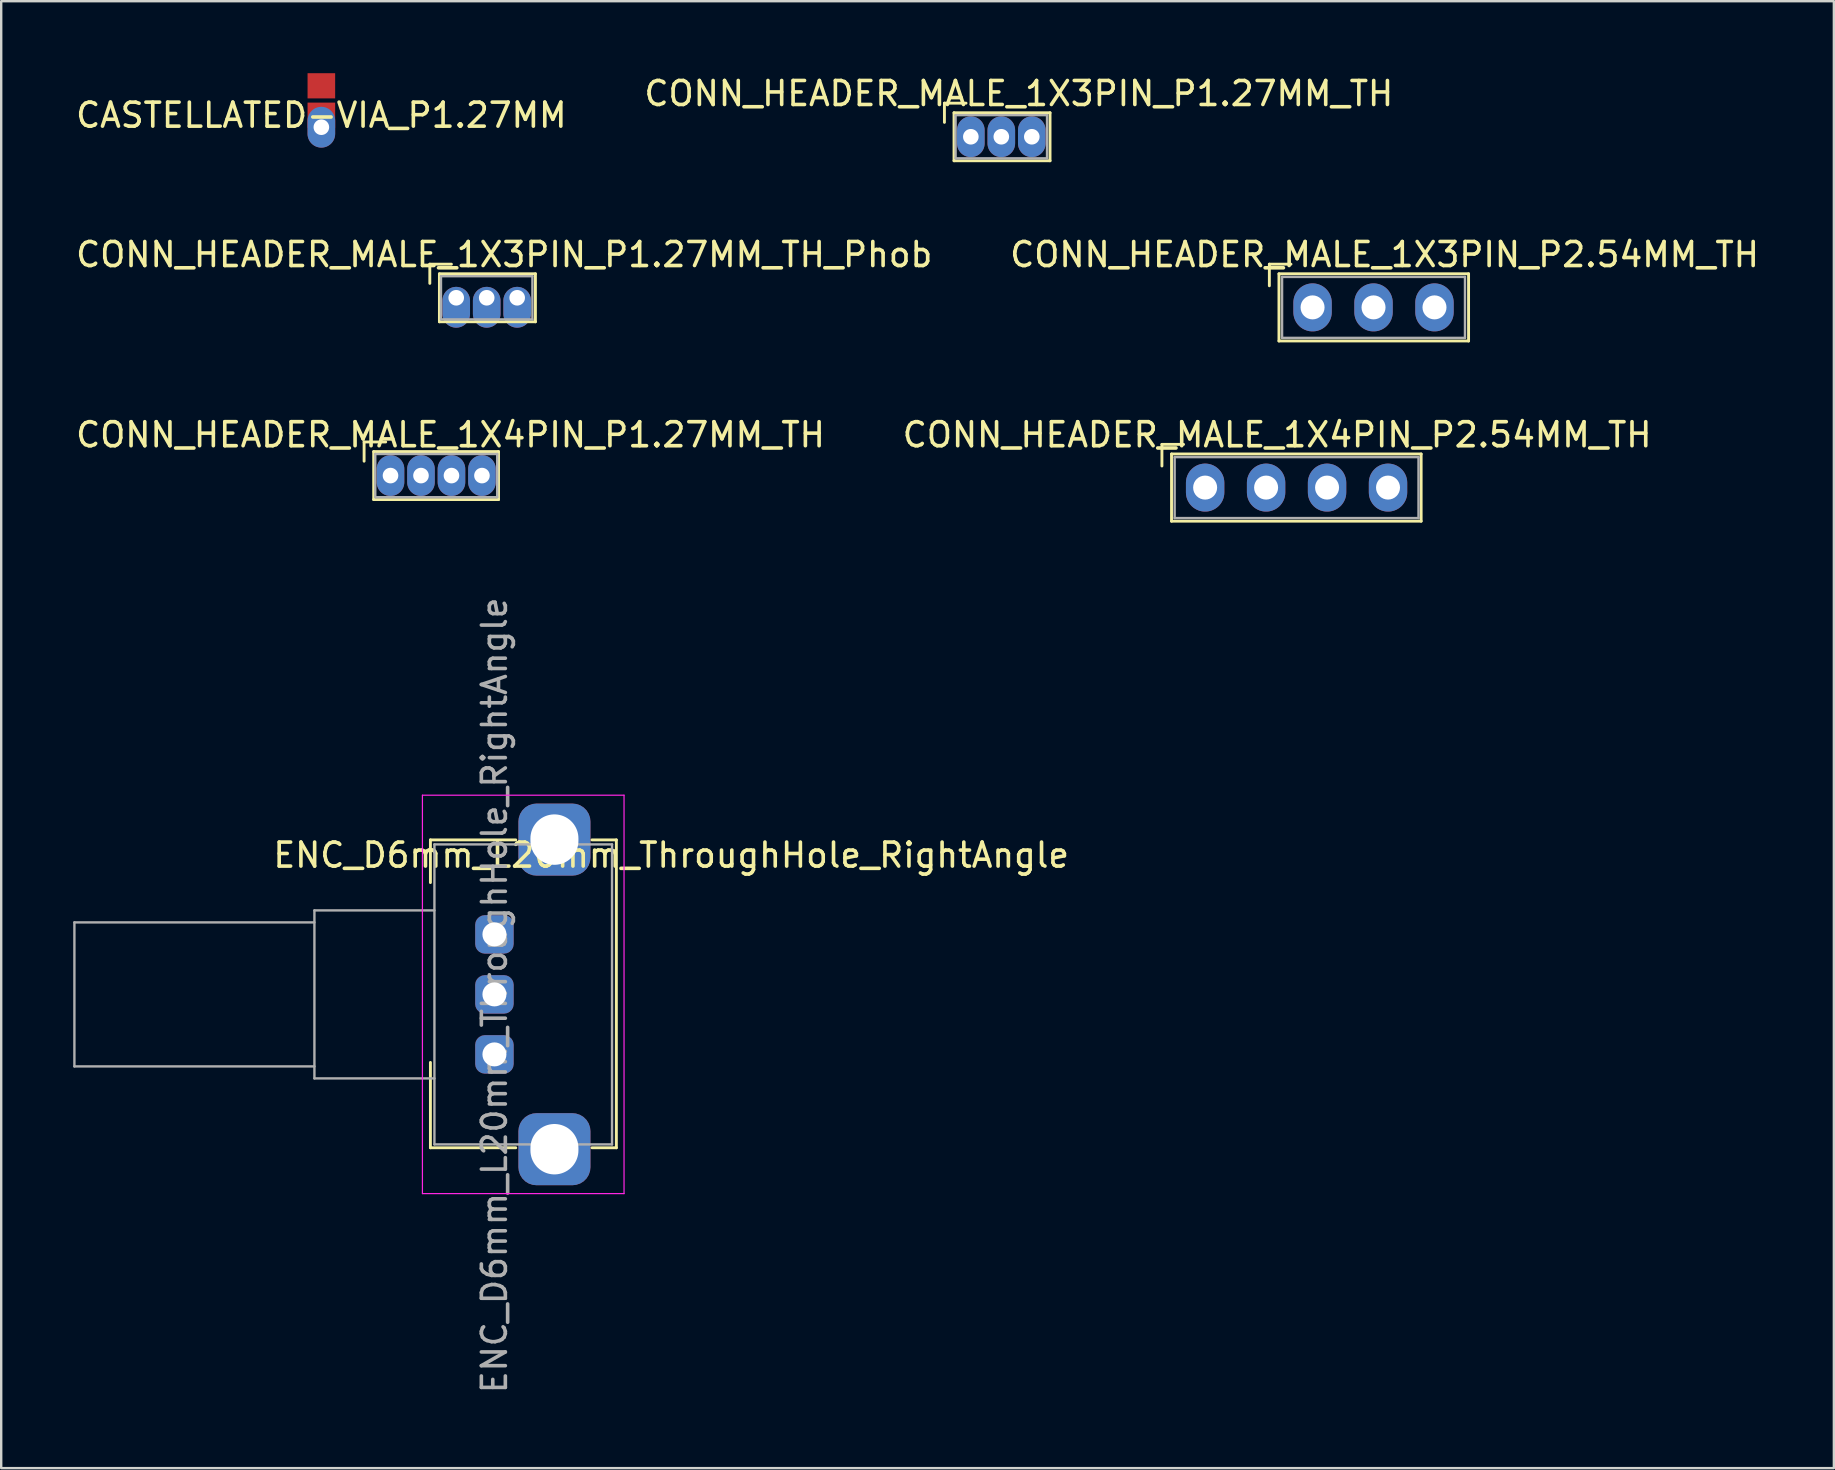
<source format=kicad_pcb>
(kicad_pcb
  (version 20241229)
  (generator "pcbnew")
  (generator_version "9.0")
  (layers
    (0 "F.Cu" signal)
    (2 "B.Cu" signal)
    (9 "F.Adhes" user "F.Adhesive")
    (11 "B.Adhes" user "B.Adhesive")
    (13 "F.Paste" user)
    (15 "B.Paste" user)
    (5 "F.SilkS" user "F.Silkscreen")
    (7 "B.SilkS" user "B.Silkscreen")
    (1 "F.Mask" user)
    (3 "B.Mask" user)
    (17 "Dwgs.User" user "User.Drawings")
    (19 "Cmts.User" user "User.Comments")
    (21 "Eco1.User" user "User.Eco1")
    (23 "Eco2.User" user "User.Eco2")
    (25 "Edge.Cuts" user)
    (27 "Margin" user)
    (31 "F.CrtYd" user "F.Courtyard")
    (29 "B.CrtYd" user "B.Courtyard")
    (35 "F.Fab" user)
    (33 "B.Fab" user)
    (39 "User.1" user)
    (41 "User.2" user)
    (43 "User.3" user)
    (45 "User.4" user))
  (footprint "CONN_HEADER_MALE_1X4PIN_P2.54MM_TH"
    (layer "F.Cu")
    (at 47.161 17.265)
    (property "Reference" "CONN_HEADER_MALE_1X4PIN_P2.54MM_TH" (at 3 -2.2 0) (unlocked yes) (layer "F.SilkS") (effects (font (size 1 1) (thickness 0.15))))
    (attr through_hole)
    (fp_line (start -1.8 -1.8) (end -0.9 -1.8) (stroke (width 0.12) (type solid)) (layer "F.SilkS"))
    (fp_line (start -1.8 -0.9) (end -1.8 -1.8) (stroke (width 0.12) (type solid)) (layer "F.SilkS"))
    (fp_line (start -1.4 -1.4) (end -1.4 1.4) (stroke (width 0.12) (type solid)) (layer "F.SilkS"))
    (fp_line (start -1.4 1.4) (end 9 1.4) (stroke (width 0.12) (type solid)) (layer "F.SilkS"))
    (fp_line (start 9 -1.4) (end -1.4 -1.4) (stroke (width 0.12) (type solid)) (layer "F.SilkS"))
    (fp_line (start 9 -1.4) (end 9 1.4) (stroke (width 0.12) (type solid)) (layer "F.SilkS"))
    (fp_line (start -1.27 -1.27) (end -1.27 1.27) (stroke (width 0.1) (type solid)) (layer "F.Fab"))
    (fp_line (start -1.27 -1.27) (end 8.89 -1.27) (stroke (width 0.1) (type solid)) (layer "F.Fab"))
    (fp_line (start -1.27 1.27) (end 8.89 1.27) (stroke (width 0.1) (type solid)) (layer "F.Fab"))
    (fp_line (start 8.89 -1.27) (end 8.89 1.27) (stroke (width 0.1) (type solid)) (layer "F.Fab"))
    (pad "1" thru_hole oval (at 0 0) (size 1.6 2) (drill 1) (layers "*.Cu" "*.Mask"))
    (pad "2" thru_hole oval (at 2.54 0) (size 1.6 2) (drill 1) (layers "*.Cu" "*.Mask"))
    (pad "3" thru_hole oval (at 5.08 0) (size 1.6 2) (drill 1) (layers "*.Cu" "*.Mask"))
    (pad "4" thru_hole oval (at 7.62 0) (size 1.6 2) (drill 1) (layers "*.Cu" "*.Mask")))
  (footprint "CONN_HEADER_MALE_1X3PIN_P2.54MM_TH"
    (layer "F.Cu")
    (at 51.637 9.757)
    (property "Reference" "CONN_HEADER_MALE_1X3PIN_P2.54MM_TH" (at 3 -2.2 0) (unlocked yes) (layer "F.SilkS") (effects (font (size 1 1) (thickness 0.15))))
    (attr through_hole)
    (fp_line (start -1.8 -1.8) (end -0.9 -1.8) (stroke (width 0.12) (type solid)) (layer "F.SilkS"))
    (fp_line (start -1.8 -0.9) (end -1.8 -1.8) (stroke (width 0.12) (type solid)) (layer "F.SilkS"))
    (fp_line (start -1.4 -1.4) (end -1.4 1.4) (stroke (width 0.12) (type solid)) (layer "F.SilkS"))
    (fp_line (start -1.4 1.4) (end 6.5 1.4) (stroke (width 0.12) (type solid)) (layer "F.SilkS"))
    (fp_line (start 6.5 -1.4) (end -1.4 -1.4) (stroke (width 0.12) (type solid)) (layer "F.SilkS"))
    (fp_line (start 6.5 1.4) (end 6.5 -1.4) (stroke (width 0.12) (type solid)) (layer "F.SilkS"))
    (fp_line (start -1.27 -1.27) (end -1.27 1.27) (stroke (width 0.1) (type solid)) (layer "F.Fab"))
    (fp_line (start -1.27 -1.27) (end 6.35 -1.27) (stroke (width 0.1) (type solid)) (layer "F.Fab"))
    (fp_line (start -1.27 1.27) (end 6.35 1.27) (stroke (width 0.1) (type solid)) (layer "F.Fab"))
    (fp_line (start 6.35 -1.27) (end 6.35 1.27) (stroke (width 0.1) (type solid)) (layer "F.Fab"))
    (pad "1" thru_hole oval (at 0 0) (size 1.6 2) (drill 1) (layers "*.Cu" "*.Mask"))
    (pad "2" thru_hole oval (at 2.54 0) (size 1.6 2) (drill 1) (layers "*.Cu" "*.Mask"))
    (pad "3" thru_hole oval (at 5.08 0) (size 1.6 2) (drill 1) (layers "*.Cu" "*.Mask")))
  (footprint "ENC_D6mm_L20mm_ThroughHole_RightAngle"
    (layer "F.Cu")
    (at 17.55 35.881)
    (property "Reference" "ENC_D6mm_L20mm_ThroughHole_RightAngle" (at 7.366 -3.302 0) (layer "F.SilkS") (effects (font (size 1 1) (thickness 0.15))))
    (attr through_hole)
    (fp_line (start -2.667 -3.937) (end -2.667 -2.159) (stroke (width 0.12) (type solid)) (layer "F.SilkS"))
    (fp_line (start -2.667 -3.937) (end 0.889 -3.937) (stroke (width 0.12) (type solid)) (layer "F.SilkS"))
    (fp_line (start -2.667 5.334) (end -2.667 8.89) (stroke (width 0.12) (type solid)) (layer "F.SilkS"))
    (fp_line (start -2.667 8.89) (end 0.889 8.89) (stroke (width 0.12) (type solid)) (layer "F.SilkS"))
    (fp_line (start 4.064 8.89) (end 5.08 8.89) (stroke (width 0.12) (type solid)) (layer "F.SilkS"))
    (fp_line (start 5.08 -3.937) (end 4.064 -3.937) (stroke (width 0.12) (type solid)) (layer "F.SilkS"))
    (fp_line (start 5.08 8.89) (end 5.08 -3.937) (stroke (width 0.12) (type solid)) (layer "F.SilkS"))
    (fp_line (start -3 -5.8) (end -3 10.8) (stroke (width 0.05) (type solid)) (layer "F.CrtYd"))
    (fp_line (start -3 -5.8) (end 5.4 -5.8) (stroke (width 0.05) (type solid)) (layer "F.CrtYd"))
    (fp_line (start -3 10.8) (end 5.4 10.8) (stroke (width 0.05) (type solid)) (layer "F.CrtYd"))
    (fp_line (start 5.4 -5.8) (end 5.4 10.8) (stroke (width 0.05) (type solid)) (layer "F.CrtYd"))
    (fp_line (start -17.5 -0.5) (end -17.5 5.5) (stroke (width 0.1) (type solid)) (layer "F.Fab"))
    (fp_line (start -7.5 -1) (end -7.5 6) (stroke (width 0.1) (type solid)) (layer "F.Fab"))
    (fp_line (start -7.5 -0.5) (end -17.5 -0.5) (stroke (width 0.1) (type solid)) (layer "F.Fab"))
    (fp_line (start -7.5 5.5) (end -17.5 5.5) (stroke (width 0.1) (type solid)) (layer "F.Fab"))
    (fp_line (start -2.5 -3.75) (end -2.5 8.75) (stroke (width 0.1) (type solid)) (layer "F.Fab"))
    (fp_line (start -2.5 -3.75) (end 4.9 -3.75) (stroke (width 0.1) (type solid)) (layer "F.Fab"))
    (fp_line (start -2.5 -1) (end -7.5 -1) (stroke (width 0.1) (type solid)) (layer "F.Fab"))
    (fp_line (start -2.5 6) (end -7.5 6) (stroke (width 0.1) (type solid)) (layer "F.Fab"))
    (fp_line (start -2.5 8.75) (end 4.9 8.75) (stroke (width 0.1) (type solid)) (layer "F.Fab"))
    (fp_line (start 4.9 -3.75) (end 4.9 8.75) (stroke (width 0.1) (type solid)) (layer "F.Fab"))
    (fp_text user "${REFERENCE}" (at 0 2.54 90) (layer "F.Fab") (effects (font (size 1 1) (thickness 0.15))))
    (pad "" thru_hole roundrect (at 2.5 8.95 180) (size 3 3) (drill oval 2 2.1) (layers "*.Cu" "*.Mask") (roundrect_rratio 0.25))
    (pad "1" thru_hole roundrect (at 0 0) (size 1.6 1.6) (drill 1) (layers "*.Cu" "*.Mask") (roundrect_rratio 0.25))
    (pad "2" thru_hole roundrect (at 0 2.5) (size 1.6 1.6) (drill 1) (layers "*.Cu" "*.Mask") (roundrect_rratio 0.25))
    (pad "3" thru_hole roundrect (at 0 5) (size 1.6 1.6) (drill 1) (layers "*.Cu" "*.Mask") (roundrect_rratio 0.25))
    (pad "S" thru_hole roundrect (at 2.5 -3.95) (size 3 3) (drill oval 2 2.1) (layers "*.Cu" "*.Mask") (roundrect_rratio 0.25)))
  (footprint "CONN_HEADER_MALE_1X3PIN_P1.27MM_TH_Phob"
    (layer "F.Cu")
    (at 15.958 9.357)
    (property "Reference" "CONN_HEADER_MALE_1X3PIN_P1.27MM_TH_Phob" (at 2 -1.8 0) (unlocked yes) (layer "F.SilkS") (effects (font (size 1 1) (thickness 0.15))))
    (attr through_hole)
    (fp_line (start -1.1 -1.4) (end -1.1 -0.6) (stroke (width 0.12) (type solid)) (layer "F.SilkS"))
    (fp_line (start -0.7 -1) (end 3.3 -1) (stroke (width 0.12) (type solid)) (layer "F.SilkS"))
    (fp_line (start -0.7 1) (end -0.7 -1) (stroke (width 0.12) (type solid)) (layer "F.SilkS"))
    (fp_line (start -0.2 -1.4) (end -1.1 -1.4) (stroke (width 0.12) (type solid)) (layer "F.SilkS"))
    (fp_line (start 3.3 -1) (end 3.3 1) (stroke (width 0.12) (type solid)) (layer "F.SilkS"))
    (fp_line (start 3.3 1) (end -0.7 1) (stroke (width 0.12) (type solid)) (layer "F.SilkS"))
    (fp_line (start -0.635 -0.9) (end -0.635 0.9) (stroke (width 0.1) (type solid)) (layer "F.Fab"))
    (fp_line (start -0.635 -0.9) (end 3.175 -0.9) (stroke (width 0.1) (type solid)) (layer "F.Fab"))
    (fp_line (start -0.635 0.9) (end 3.175 0.9) (stroke (width 0.1) (type solid)) (layer "F.Fab"))
    (fp_line (start 3.175 -0.9) (end 3.175 0.9) (stroke (width 0.1) (type solid)) (layer "F.Fab"))
    (pad "1" thru_hole oval (at 0 0) (size 1.15 1.7) (drill 0.65 (offset 0 0.395)) (layers "*.Cu" "*.Mask"))
    (pad "2" thru_hole oval (at 1.27 0) (size 1.15 1.7) (drill 0.65 (offset 0 0.395)) (layers "*.Cu" "*.Mask"))
    (pad "3" thru_hole oval (at 2.54 0) (size 1.15 1.7) (drill 0.65 (offset 0 0.395)) (layers "*.Cu" "*.Mask")))
  (footprint "CASTELLATED-VIA_P1.27MM"
    (layer "F.Cu")
    (at 10.339 2.25)
    (property "Reference" "CASTELLATED-VIA_P1.27MM" (at 0 -0.5 0) (unlocked yes) (layer "F.SilkS") (effects (font (size 1 1) (thickness 0.15))))
    (attr through_hole)
    (pad "1" smd rect (at 0 -1.725 90) (size 1.05 1.15) (layers "F.Cu" "F.Mask"))
    (pad "1" smd rect (at 0 -0.5 90) (size 1.05 1.15) (layers "F.Cu" "F.Mask"))
    (pad "1" thru_hole oval (at 0 0) (size 1.15 1.7) (drill 0.65) (layers "*.Cu" "*.Mask")))
  (footprint "CONN_HEADER_MALE_1X3PIN_P1.27MM_TH"
    (layer "F.Cu")
    (at 37.399 2.648)
    (property "Reference" "CONN_HEADER_MALE_1X3PIN_P1.27MM_TH" (at 2 -1.8 0) (unlocked yes) (layer "F.SilkS") (effects (font (size 1 1) (thickness 0.15))))
    (attr through_hole)
    (fp_line (start -1.1 -1.4) (end -1.1 -0.6) (stroke (width 0.12) (type solid)) (layer "F.SilkS"))
    (fp_line (start -0.7 -1) (end 3.3 -1) (stroke (width 0.12) (type solid)) (layer "F.SilkS"))
    (fp_line (start -0.7 1) (end -0.7 -1) (stroke (width 0.12) (type solid)) (layer "F.SilkS"))
    (fp_line (start -0.2 -1.4) (end -1.1 -1.4) (stroke (width 0.12) (type solid)) (layer "F.SilkS"))
    (fp_line (start 3.3 -1) (end 3.3 1) (stroke (width 0.12) (type solid)) (layer "F.SilkS"))
    (fp_line (start 3.3 1) (end -0.7 1) (stroke (width 0.12) (type solid)) (layer "F.SilkS"))
    (fp_line (start -0.635 -0.9) (end -0.635 0.9) (stroke (width 0.1) (type solid)) (layer "F.Fab"))
    (fp_line (start -0.635 -0.9) (end 3.175 -0.9) (stroke (width 0.1) (type solid)) (layer "F.Fab"))
    (fp_line (start -0.635 0.9) (end 3.175 0.9) (stroke (width 0.1) (type solid)) (layer "F.Fab"))
    (fp_line (start 3.175 -0.9) (end 3.175 0.9) (stroke (width 0.1) (type solid)) (layer "F.Fab"))
    (pad "1" thru_hole oval (at 0 0) (size 1.15 1.7) (drill 0.65) (layers "*.Cu" "*.Mask"))
    (pad "2" thru_hole oval (at 1.27 0) (size 1.15 1.7) (drill 0.65) (layers "*.Cu" "*.Mask"))
    (pad "3" thru_hole oval (at 2.54 0) (size 1.15 1.7) (drill 0.65) (layers "*.Cu" "*.Mask")))
  (footprint "CONN_HEADER_MALE_1X4PIN_P1.27MM_TH"
    (layer "F.Cu")
    (at 13.22 16.765)
    (property "Reference" "CONN_HEADER_MALE_1X4PIN_P1.27MM_TH" (at 2.5 -1.7 0) (unlocked yes) (layer "F.SilkS") (effects (font (size 1 1) (thickness 0.15))))
    (attr through_hole)
    (fp_line (start -1.1 -1.4) (end -1.1 -0.6) (stroke (width 0.12) (type solid)) (layer "F.SilkS"))
    (fp_line (start -0.7 -1) (end 4.5 -1) (stroke (width 0.12) (type solid)) (layer "F.SilkS"))
    (fp_line (start -0.7 1) (end -0.7 -1) (stroke (width 0.12) (type solid)) (layer "F.SilkS"))
    (fp_line (start -0.2 -1.4) (end -1.1 -1.4) (stroke (width 0.12) (type solid)) (layer "F.SilkS"))
    (fp_line (start 4.5 -1) (end 4.5 1) (stroke (width 0.12) (type solid)) (layer "F.SilkS"))
    (fp_line (start 4.5 1) (end -0.7 1) (stroke (width 0.12) (type solid)) (layer "F.SilkS"))
    (fp_line (start -0.635 -0.9) (end -0.635 0.9) (stroke (width 0.1) (type solid)) (layer "F.Fab"))
    (fp_line (start -0.635 -0.9) (end 4.445 -0.9) (stroke (width 0.1) (type solid)) (layer "F.Fab"))
    (fp_line (start -0.635 0.9) (end 4.445 0.9) (stroke (width 0.1) (type solid)) (layer "F.Fab"))
    (fp_line (start 4.445 -0.9) (end 4.445 0.9) (stroke (width 0.1) (type solid)) (layer "F.Fab"))
    (pad "1" thru_hole oval (at 0 0) (size 1.15 1.7) (drill 0.65) (layers "*.Cu" "*.Mask"))
    (pad "2" thru_hole oval (at 1.27 0) (size 1.15 1.7) (drill 0.65) (layers "*.Cu" "*.Mask"))
    (pad "3" thru_hole oval (at 2.54 0) (size 1.15 1.7) (drill 0.65) (layers "*.Cu" "*.Mask"))
    (pad "4" thru_hole oval (at 3.81 0) (size 1.15 1.7) (drill 0.65) (layers "*.Cu" "*.Mask")))
  (gr_rect
    (start -3 -3)
    (end 73.357 58.118)
    (stroke (width 0.1) (type default))
    (fill no)
    (layer "Edge.Cuts")))
</source>
